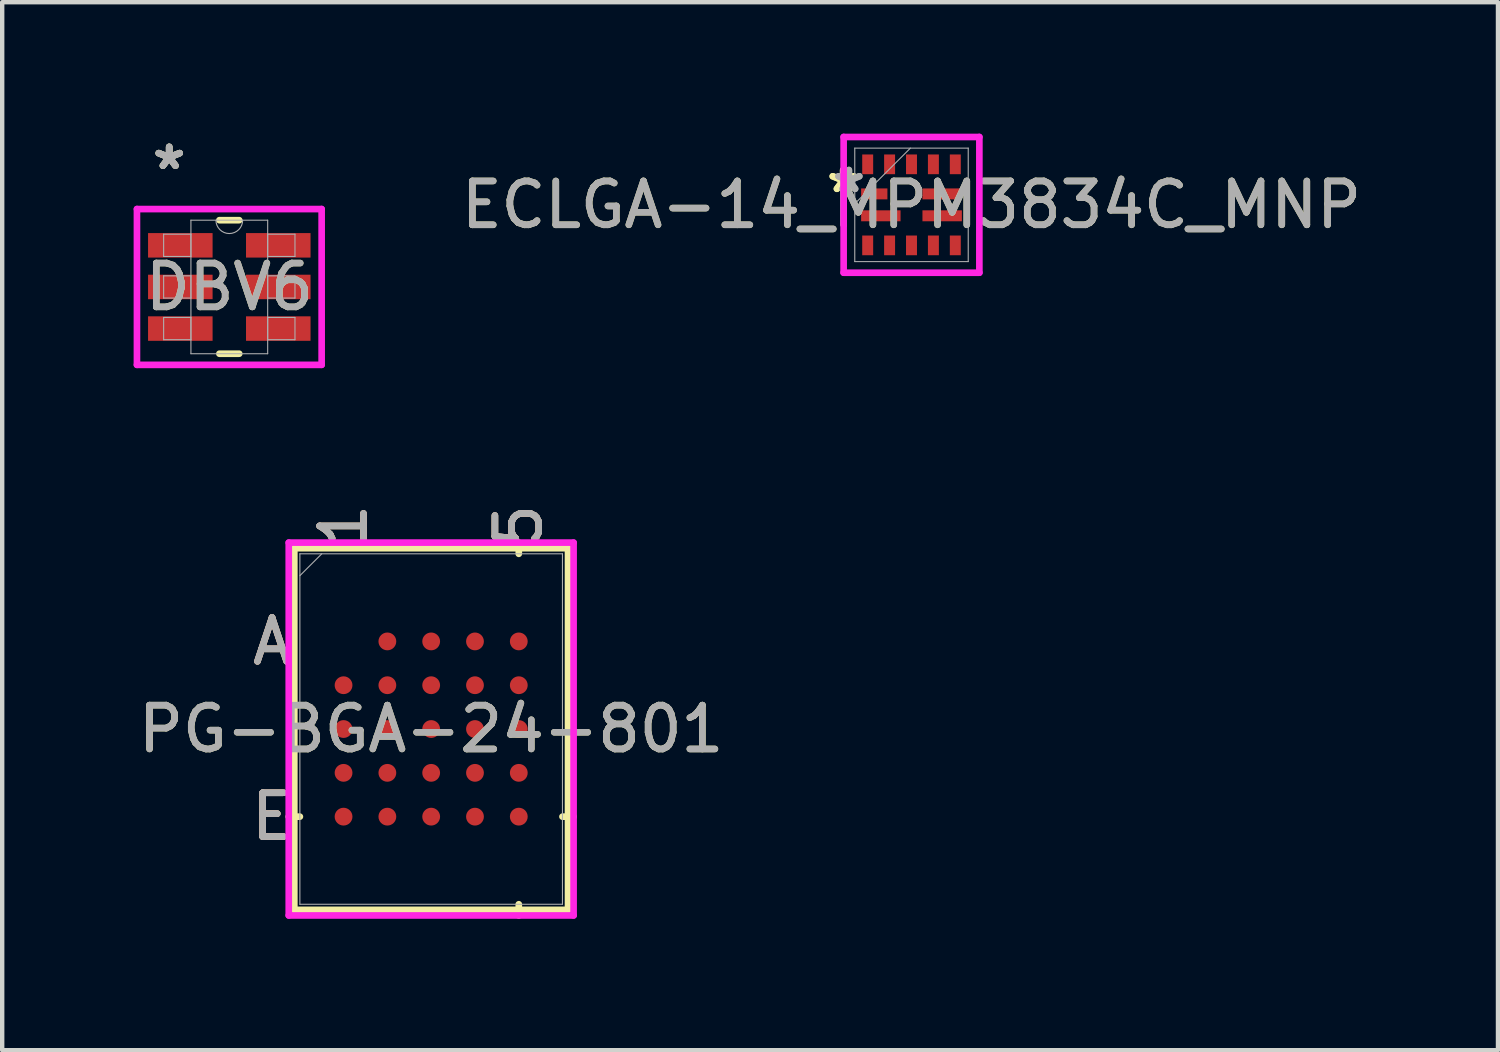
<source format=kicad_pcb>
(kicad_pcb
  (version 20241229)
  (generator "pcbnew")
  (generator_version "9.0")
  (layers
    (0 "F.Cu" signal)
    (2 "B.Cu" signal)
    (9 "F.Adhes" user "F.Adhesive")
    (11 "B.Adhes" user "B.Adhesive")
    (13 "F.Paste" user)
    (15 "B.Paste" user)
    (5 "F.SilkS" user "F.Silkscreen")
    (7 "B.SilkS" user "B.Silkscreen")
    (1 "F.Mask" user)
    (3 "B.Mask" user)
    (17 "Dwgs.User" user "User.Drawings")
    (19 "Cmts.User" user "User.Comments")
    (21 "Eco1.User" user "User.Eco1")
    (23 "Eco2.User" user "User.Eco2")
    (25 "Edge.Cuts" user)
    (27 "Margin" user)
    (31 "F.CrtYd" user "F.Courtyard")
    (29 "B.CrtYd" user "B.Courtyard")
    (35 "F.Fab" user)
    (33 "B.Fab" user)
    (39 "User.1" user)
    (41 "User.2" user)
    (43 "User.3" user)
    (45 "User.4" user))
  (footprint "ECLGA-14_MPM3834C_MNP"
    (layer "F.Cu")
    (at 17.756 1.626)
    (property "Reference" "ECLGA-14_MPM3834C_MNP" (at 0 0 0) (unlocked yes) (layer "F.SilkS") (effects (font (size 1 1) (thickness 0.15))))
    (attr smd)
    (fp_line (start -1.549 -1.549) (end -1.549 1.549) (stroke (width 0.152) (type solid)) (layer "F.CrtYd"))
    (fp_line (start -1.549 1.549) (end 1.549 1.549) (stroke (width 0.152) (type solid)) (layer "F.CrtYd"))
    (fp_line (start 1.549 -1.549) (end -1.549 -1.549) (stroke (width 0.152) (type solid)) (layer "F.CrtYd"))
    (fp_line (start 1.549 1.549) (end 1.549 -1.549) (stroke (width 0.152) (type solid)) (layer "F.CrtYd"))
    (fp_line (start -1.295 -1.295) (end -1.295 1.295) (stroke (width 0.025) (type solid)) (layer "F.Fab"))
    (fp_line (start -1.295 -0.025) (end -0.025 -1.295) (stroke (width 0.025) (type solid)) (layer "F.Fab"))
    (fp_line (start -1.295 1.295) (end 1.295 1.295) (stroke (width 0.025) (type solid)) (layer "F.Fab"))
    (fp_line (start 1.295 -1.295) (end -1.295 -1.295) (stroke (width 0.025) (type solid)) (layer "F.Fab"))
    (fp_line (start 1.295 1.295) (end 1.295 -1.295) (stroke (width 0.025) (type solid)) (layer "F.Fab"))
    (fp_text user "*" (at -1.56 -0.25 0) (unlocked yes) (layer "F.SilkS") (effects (font (size 1 1) (thickness 0.15))))
    (fp_text user "*" (at -1.56 -0.25 0) (layer "F.SilkS") (effects (font (size 1 1) (thickness 0.15))))
    (fp_text user "${REFERENCE}" (at 0 0 0) (unlocked yes) (layer "F.Fab") (effects (font (size 1 1) (thickness 0.15))))
    (fp_text user "*" (at -1.429 -0.25 0) (unlocked yes) (layer "F.Fab") (effects (font (size 1 1) (thickness 0.15))))
    (fp_text user "*" (at -1.429 -0.25 0) (layer "F.Fab") (effects (font (size 1 1) (thickness 0.15))))
    (pad "1" smd rect (at -0.85 -0.25) (size 0.6 0.25) (layers "F.Cu" "F.Mask" "F.Paste"))
    (pad "2" smd rect (at -0.7 0.25) (size 0.9 0.25) (layers "F.Cu" "F.Mask" "F.Paste"))
    (pad "3" smd rect (at -1 0.925 90) (size 0.45 0.25) (layers "F.Cu" "F.Mask" "F.Paste"))
    (pad "4" smd rect (at -0.5 0.925 90) (size 0.45 0.25) (layers "F.Cu" "F.Mask" "F.Paste"))
    (pad "5" smd rect (at 0 0.925 90) (size 0.45 0.25) (layers "F.Cu" "F.Mask" "F.Paste"))
    (pad "6" smd rect (at 0.5 0.925 90) (size 0.45 0.25) (layers "F.Cu" "F.Mask" "F.Paste"))
    (pad "7" smd rect (at 1 0.925 90) (size 0.45 0.25) (layers "F.Cu" "F.Mask" "F.Paste"))
    (pad "8" smd rect (at 0.7 0.25) (size 0.9 0.25) (layers "F.Cu" "F.Mask" "F.Paste"))
    (pad "9" smd rect (at 0.7 -0.25) (size 0.9 0.25) (layers "F.Cu" "F.Mask" "F.Paste"))
    (pad "10" smd rect (at 1 -0.925 90) (size 0.45 0.25) (layers "F.Cu" "F.Mask" "F.Paste"))
    (pad "11" smd rect (at 0.5 -0.925 90) (size 0.45 0.25) (layers "F.Cu" "F.Mask" "F.Paste"))
    (pad "12" smd rect (at 0 -0.925 90) (size 0.45 0.25) (layers "F.Cu" "F.Mask" "F.Paste"))
    (pad "13" smd rect (at -0.5 -0.925 90) (size 0.45 0.25) (layers "F.Cu" "F.Mask" "F.Paste"))
    (pad "14" smd rect (at -1 -0.925 90) (size 0.45 0.25) (layers "F.Cu" "F.Mask" "F.Paste")))
  (footprint "PG-BGA-24-801"
    (layer "F.Cu")
    (at 6.792 13.591)
    (property "Reference" "PG-BGA-24-801" (at 0 0 0) (unlocked yes) (layer "F.SilkS") (effects (font (size 1 1) (thickness 0.15))))
    (attr smd)
    (fp_line (start -3.124 -4.128) (end -3.124 4.128) (stroke (width 0.152) (type solid)) (layer "F.SilkS"))
    (fp_line (start -3.124 4.128) (end 3.124 4.128) (stroke (width 0.152) (type solid)) (layer "F.SilkS"))
    (fp_line (start -2.997 2) (end -3.251 2) (stroke (width 0.152) (type solid)) (layer "F.SilkS"))
    (fp_line (start 2 -4) (end 2 -4.255) (stroke (width 0.152) (type solid)) (layer "F.SilkS"))
    (fp_line (start 2 4) (end 2 4.255) (stroke (width 0.152) (type solid)) (layer "F.SilkS"))
    (fp_line (start 2.997 2) (end 3.251 2) (stroke (width 0.152) (type solid)) (layer "F.SilkS"))
    (fp_line (start 3.124 -4.128) (end -3.124 -4.128) (stroke (width 0.152) (type solid)) (layer "F.SilkS"))
    (fp_line (start 3.124 4.128) (end 3.124 -4.128) (stroke (width 0.152) (type solid)) (layer "F.SilkS"))
    (fp_poly (pts (xy -3.008 -3.008) (xy 3.008 -3.008) (xy 3.008 3.008) (xy -3.008 3.008)) (stroke (width 0.1) (type solid)) (fill no) (layer "Eco2.User"))
    (fp_line (start -3.251 -4.255) (end 3.251 -4.255) (stroke (width 0.152) (type solid)) (layer "F.CrtYd"))
    (fp_line (start -3.251 4.255) (end -3.251 -4.255) (stroke (width 0.152) (type solid)) (layer "F.CrtYd"))
    (fp_line (start 3.251 -4.255) (end 3.251 4.255) (stroke (width 0.152) (type solid)) (layer "F.CrtYd"))
    (fp_line (start 3.251 4.255) (end -3.251 4.255) (stroke (width 0.152) (type solid)) (layer "F.CrtYd"))
    (fp_line (start -2.997 -4) (end -2.997 4) (stroke (width 0.025) (type solid)) (layer "F.Fab"))
    (fp_line (start -2.997 4) (end 2.997 4) (stroke (width 0.025) (type solid)) (layer "F.Fab"))
    (fp_line (start -2.497 -4) (end -2.997 -3.501) (stroke (width 0.025) (type solid)) (layer "F.Fab"))
    (fp_line (start 2.997 -4) (end -2.997 -4) (stroke (width 0.025) (type solid)) (layer "F.Fab"))
    (fp_line (start 2.997 4) (end 2.997 -4) (stroke (width 0.025) (type solid)) (layer "F.Fab"))
    (fp_text user "A" (at -3.632 -2 0) (unlocked yes) (layer "F.SilkS") (effects (font (size 1 1) (thickness 0.15))))
    (fp_text user "5" (at 2 -4.636 90) (unlocked yes) (layer "F.SilkS") (effects (font (size 1 1) (thickness 0.15))))
    (fp_text user "E" (at -3.632 2 0) (unlocked yes) (layer "F.SilkS") (effects (font (size 1 1) (thickness 0.15))))
    (fp_text user "1" (at -2 -4.636 90) (unlocked yes) (layer "F.SilkS") (effects (font (size 1 1) (thickness 0.15))))
    (fp_text user "E" (at -3.632 2 0) (unlocked yes) (layer "B.SilkS") (effects (font (size 1 1) (thickness 0.15))))
    (fp_text user "1" (at -2 -4.636 90) (unlocked yes) (layer "B.SilkS") (effects (font (size 1 1) (thickness 0.15))))
    (fp_text user "A" (at -3.632 -2 0) (unlocked yes) (layer "B.SilkS") (effects (font (size 1 1) (thickness 0.15))))
    (fp_text user "5" (at 2 -4.636 90) (unlocked yes) (layer "B.SilkS") (effects (font (size 1 1) (thickness 0.15))))
    (fp_text user "${REFERENCE}" (at 0 0 0) (unlocked yes) (layer "F.Fab") (effects (font (size 1 1) (thickness 0.15))))
    (fp_text user "A" (at -3.632 -2 0) (unlocked yes) (layer "F.Fab") (effects (font (size 1 1) (thickness 0.15))))
    (fp_text user "1" (at -2 -4.636 90) (unlocked yes) (layer "F.Fab") (effects (font (size 1 1) (thickness 0.15))))
    (fp_text user "E" (at -3.632 2 0) (unlocked yes) (layer "F.Fab") (effects (font (size 1 1) (thickness 0.15))))
    (fp_text user "5" (at 2 -4.636 90) (unlocked yes) (layer "F.Fab") (effects (font (size 1 1) (thickness 0.15))))
    (pad "A2" smd circle (at -1 -2) (size 0.406 0.406) (layers "F.Cu" "F.Mask" "F.Paste"))
    (pad "A3" smd circle (at 0 -2) (size 0.406 0.406) (layers "F.Cu" "F.Mask" "F.Paste"))
    (pad "A4" smd circle (at 1 -2) (size 0.406 0.406) (layers "F.Cu" "F.Mask" "F.Paste"))
    (pad "A5" smd circle (at 2 -2) (size 0.406 0.406) (layers "F.Cu" "F.Mask" "F.Paste"))
    (pad "B1" smd circle (at -2 -1) (size 0.406 0.406) (layers "F.Cu" "F.Mask" "F.Paste"))
    (pad "B2" smd circle (at -1 -1) (size 0.406 0.406) (layers "F.Cu" "F.Mask" "F.Paste"))
    (pad "B3" smd circle (at 0 -1) (size 0.406 0.406) (layers "F.Cu" "F.Mask" "F.Paste"))
    (pad "B4" smd circle (at 1 -1) (size 0.406 0.406) (layers "F.Cu" "F.Mask" "F.Paste"))
    (pad "B5" smd circle (at 2 -1) (size 0.406 0.406) (layers "F.Cu" "F.Mask" "F.Paste"))
    (pad "C1" smd circle (at -2 0) (size 0.406 0.406) (layers "F.Cu" "F.Mask" "F.Paste"))
    (pad "C2" smd circle (at -1 0) (size 0.406 0.406) (layers "F.Cu" "F.Mask" "F.Paste"))
    (pad "C3" smd circle (at 0 0) (size 0.406 0.406) (layers "F.Cu" "F.Mask" "F.Paste"))
    (pad "C4" smd circle (at 1 0) (size 0.406 0.406) (layers "F.Cu" "F.Mask" "F.Paste"))
    (pad "C5" smd circle (at 2 0) (size 0.406 0.406) (layers "F.Cu" "F.Mask" "F.Paste"))
    (pad "D1" smd circle (at -2 1) (size 0.406 0.406) (layers "F.Cu" "F.Mask" "F.Paste"))
    (pad "D2" smd circle (at -1 1) (size 0.406 0.406) (layers "F.Cu" "F.Mask" "F.Paste"))
    (pad "D3" smd circle (at 0 1) (size 0.406 0.406) (layers "F.Cu" "F.Mask" "F.Paste"))
    (pad "D4" smd circle (at 1 1) (size 0.406 0.406) (layers "F.Cu" "F.Mask" "F.Paste"))
    (pad "D5" smd circle (at 2 1) (size 0.406 0.406) (layers "F.Cu" "F.Mask" "F.Paste"))
    (pad "E1" smd circle (at -2 2) (size 0.406 0.406) (layers "F.Cu" "F.Mask" "F.Paste"))
    (pad "E2" smd circle (at -1 2) (size 0.406 0.406) (layers "F.Cu" "F.Mask" "F.Paste"))
    (pad "E3" smd circle (at 0 2) (size 0.406 0.406) (layers "F.Cu" "F.Mask" "F.Paste"))
    (pad "E4" smd circle (at 1 2) (size 0.406 0.406) (layers "F.Cu" "F.Mask" "F.Paste"))
    (pad "E5" smd circle (at 2 2) (size 0.406 0.406) (layers "F.Cu" "F.Mask" "F.Paste")))
  (footprint "DBV6"
    (layer "F.Cu")
    (at 2.184 3.5)
    (property "Reference" "DBV6" (at 0 0 0) (unlocked yes) (layer "F.SilkS") (effects (font (size 1 1) (thickness 0.15))))
    (attr smd)
    (fp_line (start -0.226 1.524) (end 0.226 1.524) (stroke (width 0.152) (type solid)) (layer "F.SilkS"))
    (fp_line (start 0.226 -1.524) (end -0.226 -1.524) (stroke (width 0.152) (type solid)) (layer "F.SilkS"))
    (fp_line (start -2.108 -1.778) (end 2.108 -1.778) (stroke (width 0.152) (type solid)) (layer "F.CrtYd"))
    (fp_line (start -2.108 1.778) (end -2.108 -1.778) (stroke (width 0.152) (type solid)) (layer "F.CrtYd"))
    (fp_line (start 2.108 -1.778) (end 2.108 1.778) (stroke (width 0.152) (type solid)) (layer "F.CrtYd"))
    (fp_line (start 2.108 1.778) (end -2.108 1.778) (stroke (width 0.152) (type solid)) (layer "F.CrtYd"))
    (fp_line (start -1.499 -1.204) (end -1.499 -0.696) (stroke (width 0.025) (type solid)) (layer "F.Fab"))
    (fp_line (start -1.499 -0.696) (end -0.876 -0.696) (stroke (width 0.025) (type solid)) (layer "F.Fab"))
    (fp_line (start -1.499 -0.254) (end -1.499 0.254) (stroke (width 0.025) (type solid)) (layer "F.Fab"))
    (fp_line (start -1.499 0.254) (end -0.876 0.254) (stroke (width 0.025) (type solid)) (layer "F.Fab"))
    (fp_line (start -1.499 0.696) (end -1.499 1.204) (stroke (width 0.025) (type solid)) (layer "F.Fab"))
    (fp_line (start -1.499 1.204) (end -0.876 1.204) (stroke (width 0.025) (type solid)) (layer "F.Fab"))
    (fp_line (start -0.876 -1.524) (end -0.876 1.524) (stroke (width 0.025) (type solid)) (layer "F.Fab"))
    (fp_line (start -0.876 -1.204) (end -1.499 -1.204) (stroke (width 0.025) (type solid)) (layer "F.Fab"))
    (fp_line (start -0.876 -0.696) (end -0.876 -1.204) (stroke (width 0.025) (type solid)) (layer "F.Fab"))
    (fp_line (start -0.876 -0.254) (end -1.499 -0.254) (stroke (width 0.025) (type solid)) (layer "F.Fab"))
    (fp_line (start -0.876 0.254) (end -0.876 -0.254) (stroke (width 0.025) (type solid)) (layer "F.Fab"))
    (fp_line (start -0.876 0.696) (end -1.499 0.696) (stroke (width 0.025) (type solid)) (layer "F.Fab"))
    (fp_line (start -0.876 1.204) (end -0.876 0.696) (stroke (width 0.025) (type solid)) (layer "F.Fab"))
    (fp_line (start -0.876 1.524) (end 0.876 1.524) (stroke (width 0.025) (type solid)) (layer "F.Fab"))
    (fp_line (start 0.876 -1.524) (end -0.876 -1.524) (stroke (width 0.025) (type solid)) (layer "F.Fab"))
    (fp_line (start 0.876 -1.204) (end 0.876 -0.696) (stroke (width 0.025) (type solid)) (layer "F.Fab"))
    (fp_line (start 0.876 -0.696) (end 1.499 -0.696) (stroke (width 0.025) (type solid)) (layer "F.Fab"))
    (fp_line (start 0.876 -0.254) (end 0.876 0.254) (stroke (width 0.025) (type solid)) (layer "F.Fab"))
    (fp_line (start 0.876 0.254) (end 1.499 0.254) (stroke (width 0.025) (type solid)) (layer "F.Fab"))
    (fp_line (start 0.876 0.696) (end 0.876 1.204) (stroke (width 0.025) (type solid)) (layer "F.Fab"))
    (fp_line (start 0.876 1.204) (end 1.499 1.204) (stroke (width 0.025) (type solid)) (layer "F.Fab"))
    (fp_line (start 0.876 1.524) (end 0.876 -1.524) (stroke (width 0.025) (type solid)) (layer "F.Fab"))
    (fp_line (start 1.499 -1.204) (end 0.876 -1.204) (stroke (width 0.025) (type solid)) (layer "F.Fab"))
    (fp_line (start 1.499 -0.696) (end 1.499 -1.204) (stroke (width 0.025) (type solid)) (layer "F.Fab"))
    (fp_line (start 1.499 -0.254) (end 0.876 -0.254) (stroke (width 0.025) (type solid)) (layer "F.Fab"))
    (fp_line (start 1.499 0.254) (end 1.499 -0.254) (stroke (width 0.025) (type solid)) (layer "F.Fab"))
    (fp_line (start 1.499 0.696) (end 0.876 0.696) (stroke (width 0.025) (type solid)) (layer "F.Fab"))
    (fp_line (start 1.499 1.204) (end 1.499 0.696) (stroke (width 0.025) (type solid)) (layer "F.Fab"))
    (fp_arc (start 0.3048 -1.524) (mid 0 -1.2192) (end -0.3048 -1.524) (stroke (width 0.0254) (type solid)) (layer "F.Fab"))
    (fp_text user "*" (at -1.372 -2.652 0) (layer "F.SilkS") (effects (font (size 1 1) (thickness 0.15))))
    (fp_text user "*" (at -1.372 -2.652 0) (unlocked yes) (layer "F.SilkS") (effects (font (size 1 1) (thickness 0.15))))
    (fp_text user "*" (at -1.372 -2.652 0) (layer "F.Fab") (effects (font (size 1 1) (thickness 0.15))))
    (fp_text user "*" (at -1.372 -2.652 0) (unlocked yes) (layer "F.Fab") (effects (font (size 1 1) (thickness 0.15))))
    (fp_text user "${REFERENCE}" (at 0 0 0) (unlocked yes) (layer "F.Fab") (effects (font (size 1 1) (thickness 0.15))))
    (pad "1" smd rect (at -1.118 -0.95) (size 1.473 0.559) (layers "F.Cu" "F.Mask" "F.Paste"))
    (pad "2" smd rect (at -1.118 0) (size 1.473 0.559) (layers "F.Cu" "F.Mask" "F.Paste"))
    (pad "3" smd rect (at -1.118 0.95) (size 1.473 0.559) (layers "F.Cu" "F.Mask" "F.Paste"))
    (pad "4" smd rect (at 1.118 0.95) (size 1.473 0.559) (layers "F.Cu" "F.Mask" "F.Paste"))
    (pad "5" smd rect (at 1.118 0) (size 1.473 0.559) (layers "F.Cu" "F.Mask" "F.Paste"))
    (pad "6" smd rect (at 1.118 -0.95) (size 1.473 0.559) (layers "F.Cu" "F.Mask" "F.Paste")))
  (gr_rect
    (start -3 -3)
    (end 31.143 20.922)
    (stroke (width 0.1) (type default))
    (fill no)
    (layer "Edge.Cuts")))
</source>
